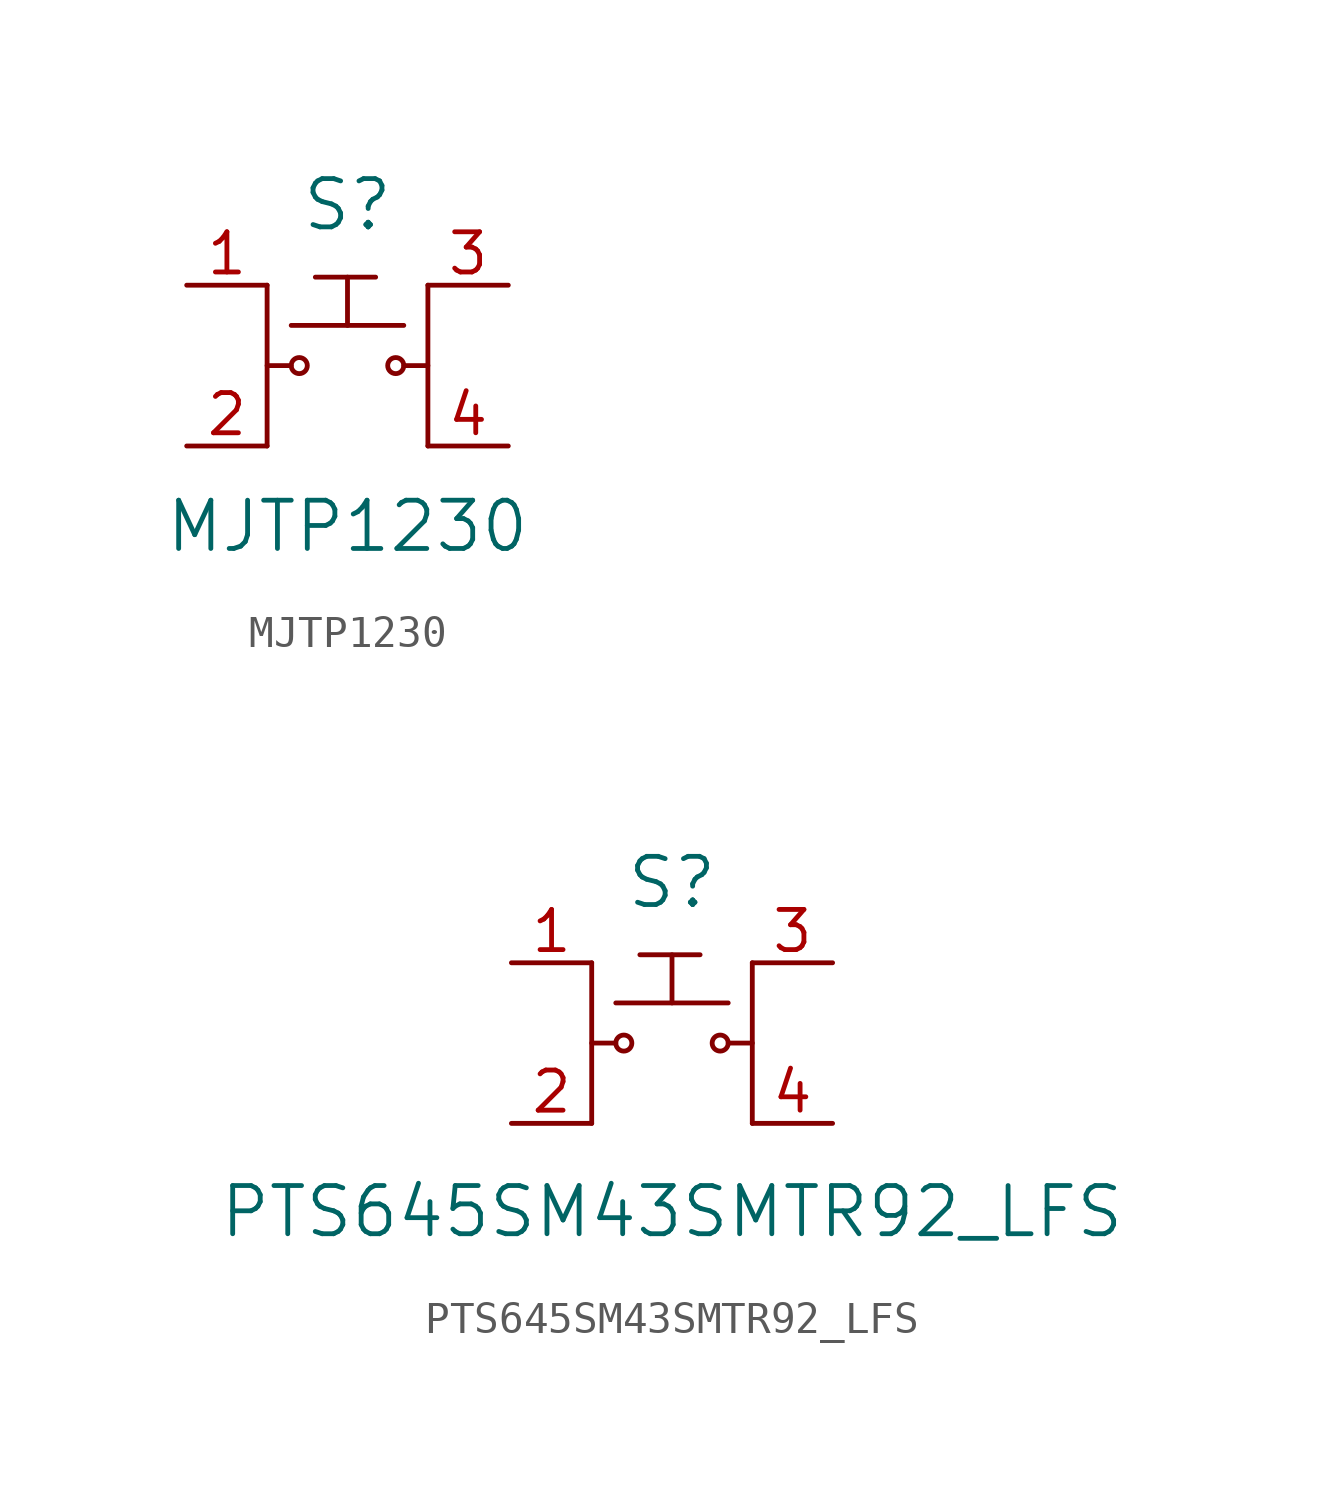
<source format=kicad_sym>
(kicad_symbol_lib
  (version 20201005)
  (generator kicad_symbol_editor)
  (symbol "MJTP1230"
    (pin_names
      (offset 1.016))
    (property "Reference" "S"
      (at 0 5.08 0)
      (effects (font (size 1.524 1.524))))
    (property "Value" "MJTP1230"
      (at 0 -5.08 0)
      (effects (font (size 1.524 1.524))))
    (symbol "MJTP1230_0_1"
      (circle (center -1.524 0) (radius 0.254) (stroke (width 0)) (fill (type none)))
      (circle (center 1.524 0) (radius 0.254) (stroke (width 0)) (fill (type none)))
      (polyline (pts (xy -2.54 2.54) (xy -2.54 -2.54)) (stroke (width 0)) (fill (type none)))
      (polyline (pts (xy -1.778 0) (xy -2.54 0)) (stroke (width 0)) (fill (type none)))
      (polyline (pts (xy -1.778 1.27) (xy 1.778 1.27)) (stroke (width 0)) (fill (type none)))
      (polyline (pts (xy 2.54 -2.54) (xy 2.54 2.54)) (stroke (width 0)) (fill (type none)))
      (polyline (pts (xy 2.54 0) (xy 1.778 0)) (stroke (width 0)) (fill (type none))))
    (symbol "MJTP1230_1_1"
      (polyline (pts (xy -1.016 2.794) (xy 0.889 2.794)) (stroke (width 0)) (fill (type none)))
      (polyline (pts (xy 0 2.794) (xy 0 1.27)) (stroke (width 0)) (fill (type none)))
      (pin passive line (at -5.08 2.54 0) (length 2.54) (name "~" (effects (font (size 1.27 1.27)))) (number "1" (effects (font (size 1.27 1.27)))))
      (pin passive line (at -5.08 -2.54 0) (length 2.54) (name "~" (effects (font (size 1.27 1.27)))) (number "2" (effects (font (size 1.27 1.27)))))
      (pin passive line (at 5.08 2.54 180) (length 2.54) (name "~" (effects (font (size 1.27 1.27)))) (number "3" (effects (font (size 1.27 1.27)))))
      (pin passive line (at 5.08 -2.54 180) (length 2.54) (name "~" (effects (font (size 1.27 1.27)))) (number "4" (effects (font (size 1.27 1.27)))))))
  (symbol "PTS645SM43SMTR92_LFS"
    (pin_names
      (offset 1.016))
    (property "Reference" "S"
      (at 0 5.08 0)
      (effects (font (size 1.524 1.524))))
    (property "Value" "PTS645SM43SMTR92_LFS"
      (at 0 -5.334 0)
      (effects (font (size 1.524 1.524))))
    (symbol "PTS645SM43SMTR92_LFS_0_1"
      (circle (center -1.524 0) (radius 0.254) (stroke (width 0)) (fill (type none)))
      (circle (center 1.524 0) (radius 0.254) (stroke (width 0)) (fill (type none)))
      (polyline (pts (xy -2.54 2.54) (xy -2.54 -2.54)) (stroke (width 0)) (fill (type none)))
      (polyline (pts (xy -1.778 0) (xy -2.54 0)) (stroke (width 0)) (fill (type none)))
      (polyline (pts (xy -1.778 1.27) (xy 1.778 1.27)) (stroke (width 0)) (fill (type none)))
      (polyline (pts (xy 2.54 -2.54) (xy 2.54 2.54)) (stroke (width 0)) (fill (type none)))
      (polyline (pts (xy 2.54 0) (xy 1.778 0)) (stroke (width 0)) (fill (type none))))
    (symbol "PTS645SM43SMTR92_LFS_1_1"
      (polyline (pts (xy -1.016 2.794) (xy 0.889 2.794)) (stroke (width 0)) (fill (type none)))
      (polyline (pts (xy 0 2.794) (xy 0 1.27)) (stroke (width 0)) (fill (type none)))
      (pin passive line (at -5.08 2.54 0) (length 2.54) (name "~" (effects (font (size 1.27 1.27)))) (number "1" (effects (font (size 1.27 1.27)))))
      (pin passive line (at -5.08 -2.54 0) (length 2.54) (name "~" (effects (font (size 1.27 1.27)))) (number "2" (effects (font (size 1.27 1.27)))))
      (pin passive line (at 5.08 2.54 180) (length 2.54) (name "~" (effects (font (size 1.27 1.27)))) (number "3" (effects (font (size 1.27 1.27)))))
      (pin passive line (at 5.08 -2.54 180) (length 2.54) (name "~" (effects (font (size 1.27 1.27)))) (number "4" (effects (font (size 1.27 1.27))))))))
</source>
